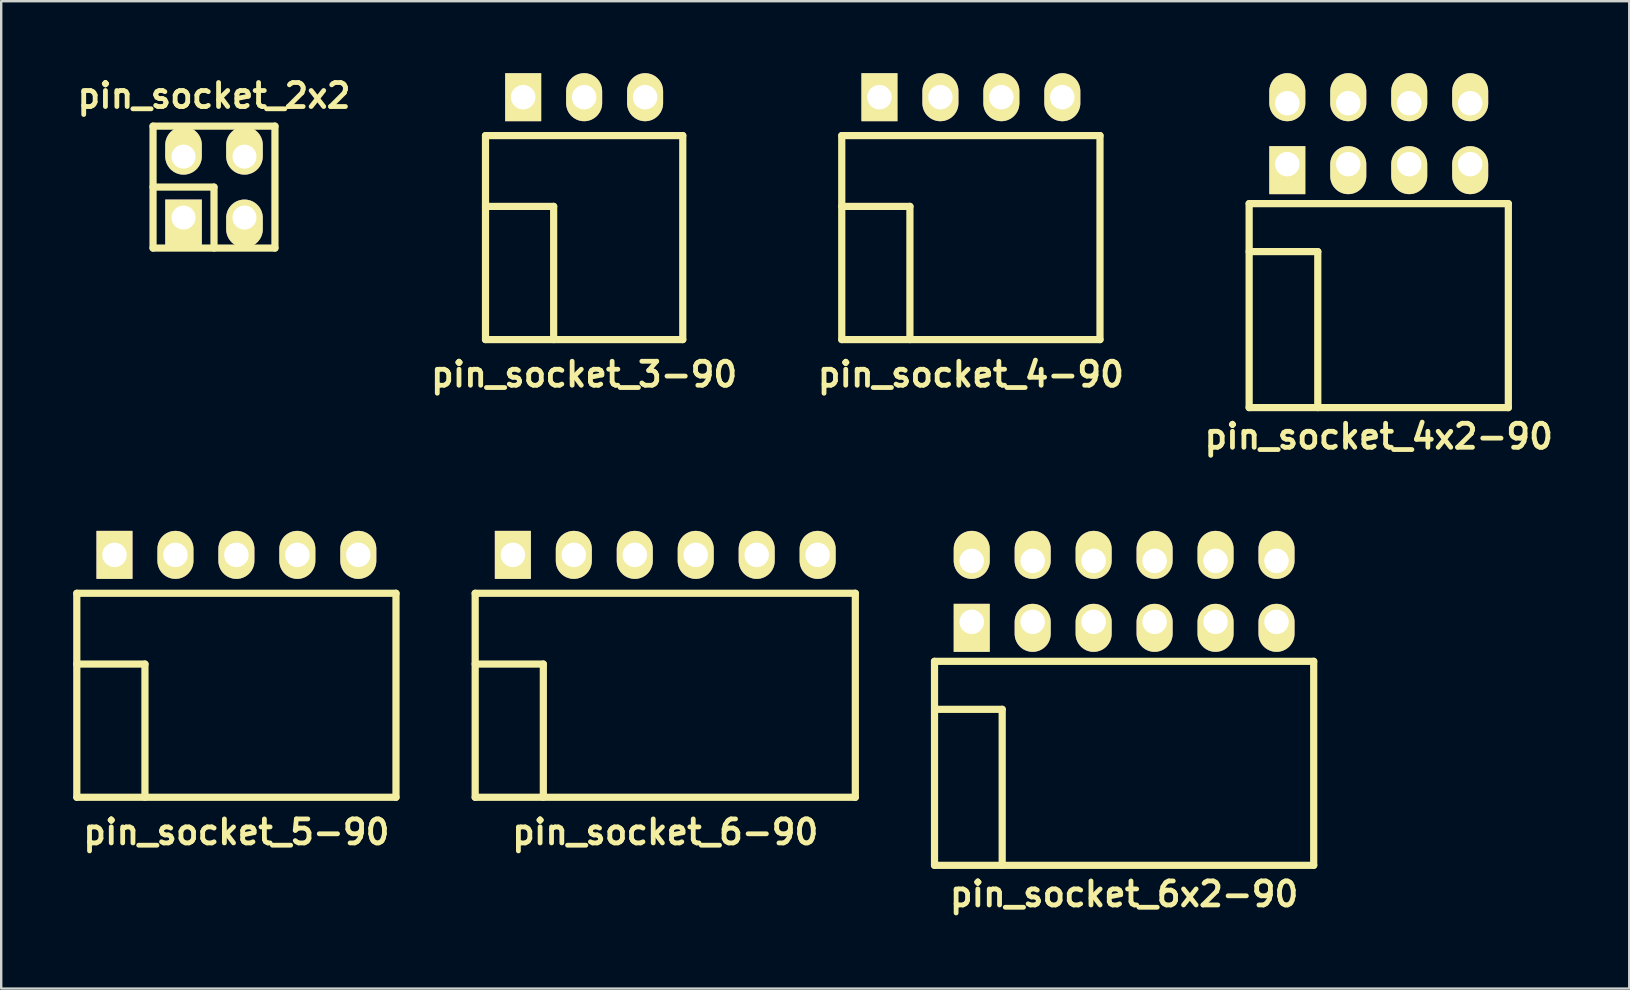
<source format=kicad_pcb>
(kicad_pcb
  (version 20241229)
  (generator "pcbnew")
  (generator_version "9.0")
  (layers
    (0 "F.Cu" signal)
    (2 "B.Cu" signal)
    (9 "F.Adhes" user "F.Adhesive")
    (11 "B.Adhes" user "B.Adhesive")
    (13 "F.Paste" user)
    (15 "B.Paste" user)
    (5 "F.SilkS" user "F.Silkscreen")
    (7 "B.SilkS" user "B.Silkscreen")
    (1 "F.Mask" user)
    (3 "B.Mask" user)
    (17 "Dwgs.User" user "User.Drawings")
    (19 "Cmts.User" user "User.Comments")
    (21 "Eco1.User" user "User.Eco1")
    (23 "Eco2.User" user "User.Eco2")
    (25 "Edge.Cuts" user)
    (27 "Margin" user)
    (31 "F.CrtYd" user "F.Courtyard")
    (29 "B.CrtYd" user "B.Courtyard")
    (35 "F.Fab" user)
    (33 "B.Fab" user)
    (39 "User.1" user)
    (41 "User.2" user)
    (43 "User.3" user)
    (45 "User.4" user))
  (footprint "pin_socket_5-90"
    (layer "F.Cu")
    (at 6.8 24.621)
    (property "Reference" "pin_socket_5-90" (at 0 7 0) (layer "F.SilkS") (effects (font (size 1 1) (thickness 0.2))))
    (attr through_hole)
    (fp_line (start -6.65 -2.95) (end -6.65 5.55) (stroke (width 0.3) (type solid)) (layer "F.SilkS"))
    (fp_line (start -6.65 -2.95) (end 6.65 -2.95) (stroke (width 0.3) (type solid)) (layer "F.SilkS"))
    (fp_line (start -6.65 0) (end -3.81 0) (stroke (width 0.3) (type solid)) (layer "F.SilkS"))
    (fp_line (start -6.65 5.55) (end 6.65 5.55) (stroke (width 0.3) (type solid)) (layer "F.SilkS"))
    (fp_line (start -3.81 0) (end -3.81 5.55) (stroke (width 0.3) (type solid)) (layer "F.SilkS"))
    (fp_line (start 6.65 -2.95) (end 6.65 5.55) (stroke (width 0.3) (type solid)) (layer "F.SilkS"))
    (pad "1" thru_hole rect (at -5.08 -4.55) (size 1.5 2) (drill 1.02) (layers "*.Cu" "*.Mask" "F.SilkS"))
    (pad "2" thru_hole oval (at -2.54 -4.55) (size 1.5 2) (drill 1.02) (layers "*.Cu" "*.Mask" "F.SilkS"))
    (pad "3" thru_hole oval (at 0 -4.55) (size 1.5 2) (drill 1.02) (layers "*.Cu" "*.Mask" "F.SilkS"))
    (pad "4" thru_hole oval (at 2.54 -4.55) (size 1.5 2) (drill 1.02) (layers "*.Cu" "*.Mask" "F.SilkS"))
    (pad "5" thru_hole oval (at 5.08 -4.55) (size 1.5 2) (drill 1.02) (layers "*.Cu" "*.Mask" "F.SilkS")))
  (footprint "pin_socket_2x2"
    (layer "F.Cu")
    (at 5.867 4.746)
    (property "Reference" "pin_socket_2x2" (at 0 -3.81 0) (layer "F.SilkS") (effects (font (size 1 1) (thickness 0.2))))
    (attr through_hole)
    (fp_line (start -2.54 -2.54) (end -2.54 2.54) (stroke (width 0.3) (type solid)) (layer "F.SilkS"))
    (fp_line (start -2.54 -2.54) (end 2.54 -2.54) (stroke (width 0.3) (type solid)) (layer "F.SilkS"))
    (fp_line (start -2.54 0) (end 0 0) (stroke (width 0.3) (type solid)) (layer "F.SilkS"))
    (fp_line (start 0 0) (end 0 2.54) (stroke (width 0.3) (type solid)) (layer "F.SilkS"))
    (fp_line (start 2.54 -2.54) (end 2.54 2.54) (stroke (width 0.3) (type solid)) (layer "F.SilkS"))
    (fp_line (start 2.54 2.54) (end -2.54 2.54) (stroke (width 0.3) (type solid)) (layer "F.SilkS"))
    (pad "1" thru_hole rect (at -1.27 1.27) (size 1.524 1.999) (drill 1.001 (offset 0 0.249)) (layers "*.Cu" "*.Mask" "F.SilkS"))
    (pad "2" thru_hole oval (at -1.27 -1.27) (size 1.524 1.999) (drill 1.001 (offset 0 -0.249)) (layers "*.Cu" "*.Mask" "F.SilkS"))
    (pad "3" thru_hole oval (at 1.27 1.27) (size 1.524 1.999) (drill 1.001 (offset 0 0.249)) (layers "*.Cu" "*.Mask" "F.SilkS"))
    (pad "4" thru_hole oval (at 1.27 -1.27) (size 1.524 1.999) (drill 1.001 (offset 0 -0.249)) (layers "*.Cu" "*.Mask" "F.SilkS")))
  (footprint "pin_socket_6x2-90"
    (layer "F.Cu")
    (at 43.79 26.506)
    (property "Reference" "pin_socket_6x2-90" (at 0 7.7 0) (layer "F.SilkS") (effects (font (size 1 1) (thickness 0.2))))
    (attr through_hole)
    (fp_line (start -7.9 -2) (end -7.9 6.5) (stroke (width 0.3) (type solid)) (layer "F.SilkS"))
    (fp_line (start -7.9 -2) (end 7.9 -2) (stroke (width 0.3) (type solid)) (layer "F.SilkS"))
    (fp_line (start -7.9 0) (end -5.08 0) (stroke (width 0.3) (type solid)) (layer "F.SilkS"))
    (fp_line (start -7.9 6.5) (end 7.9 6.5) (stroke (width 0.3) (type solid)) (layer "F.SilkS"))
    (fp_line (start -5.08 0) (end -5.08 6.5) (stroke (width 0.3) (type solid)) (layer "F.SilkS"))
    (fp_line (start 7.9 -2) (end 7.9 6.5) (stroke (width 0.3) (type solid)) (layer "F.SilkS"))
    (pad "1" thru_hole rect (at -6.35 -3.645) (size 1.5 2) (drill 1.02 (offset 0 0.25)) (layers "*.Cu" "*.Mask" "F.SilkS"))
    (pad "2" thru_hole oval (at -6.35 -6.185) (size 1.5 2) (drill 1.02 (offset 0 -0.25)) (layers "*.Cu" "*.Mask" "F.SilkS"))
    (pad "3" thru_hole oval (at -3.81 -3.645) (size 1.5 2) (drill 1.02 (offset 0 0.25)) (layers "*.Cu" "*.Mask" "F.SilkS"))
    (pad "4" thru_hole oval (at -3.81 -6.185) (size 1.5 2) (drill 1.02 (offset 0 -0.25)) (layers "*.Cu" "*.Mask" "F.SilkS"))
    (pad "5" thru_hole oval (at -1.27 -3.645) (size 1.5 2) (drill 1.02 (offset 0 0.25)) (layers "*.Cu" "*.Mask" "F.SilkS"))
    (pad "6" thru_hole oval (at -1.27 -6.185) (size 1.5 2) (drill 1.02 (offset 0 -0.25)) (layers "*.Cu" "*.Mask" "F.SilkS"))
    (pad "7" thru_hole oval (at 1.27 -3.645) (size 1.5 2) (drill 1.02 (offset 0 0.25)) (layers "*.Cu" "*.Mask" "F.SilkS"))
    (pad "8" thru_hole oval (at 1.27 -6.185) (size 1.5 2) (drill 1.02 (offset 0 -0.25)) (layers "*.Cu" "*.Mask" "F.SilkS"))
    (pad "9" thru_hole oval (at 3.81 -3.645) (size 1.5 2) (drill 1.02 (offset 0 0.25)) (layers "*.Cu" "*.Mask" "F.SilkS"))
    (pad "10" thru_hole oval (at 3.81 -6.185) (size 1.5 2) (drill 1.02 (offset 0 -0.25)) (layers "*.Cu" "*.Mask" "F.SilkS"))
    (pad "11" thru_hole oval (at 6.35 -3.645) (size 1.5 2) (drill 1.02 (offset 0 0.25)) (layers "*.Cu" "*.Mask" "F.SilkS"))
    (pad "12" thru_hole oval (at 6.35 -6.185) (size 1.5 2) (drill 1.02 (offset 0 -0.25)) (layers "*.Cu" "*.Mask" "F.SilkS")))
  (footprint "pin_socket_4-90"
    (layer "F.Cu")
    (at 37.405 5.55)
    (property "Reference" "pin_socket_4-90" (at 0 7 0) (layer "F.SilkS") (effects (font (size 1 1) (thickness 0.2))))
    (attr through_hole)
    (fp_line (start -5.38 -2.95) (end -5.38 5.55) (stroke (width 0.3) (type solid)) (layer "F.SilkS"))
    (fp_line (start -5.38 -2.95) (end 5.38 -2.95) (stroke (width 0.3) (type solid)) (layer "F.SilkS"))
    (fp_line (start -5.38 0) (end -2.54 0) (stroke (width 0.3) (type solid)) (layer "F.SilkS"))
    (fp_line (start -5.38 5.55) (end 5.38 5.55) (stroke (width 0.3) (type solid)) (layer "F.SilkS"))
    (fp_line (start -2.54 0) (end -2.54 5.55) (stroke (width 0.3) (type solid)) (layer "F.SilkS"))
    (fp_line (start 5.38 -2.95) (end 5.38 5.55) (stroke (width 0.3) (type solid)) (layer "F.SilkS"))
    (pad "1" thru_hole rect (at -3.81 -4.55) (size 1.5 2) (drill 1.02) (layers "*.Cu" "*.Mask" "F.SilkS"))
    (pad "2" thru_hole oval (at -1.27 -4.55) (size 1.5 2) (drill 1.02) (layers "*.Cu" "*.Mask" "F.SilkS"))
    (pad "3" thru_hole oval (at 1.27 -4.55) (size 1.5 2) (drill 1.02) (layers "*.Cu" "*.Mask" "F.SilkS"))
    (pad "4" thru_hole oval (at 3.81 -4.55) (size 1.5 2) (drill 1.02) (layers "*.Cu" "*.Mask" "F.SilkS")))
  (footprint "pin_socket_3-90"
    (layer "F.Cu")
    (at 21.29 5.55)
    (property "Reference" "pin_socket_3-90" (at 0 7 0) (layer "F.SilkS") (effects (font (size 1 1) (thickness 0.2))))
    (attr through_hole)
    (fp_line (start -4.11 -2.95) (end -4.11 5.55) (stroke (width 0.3) (type solid)) (layer "F.SilkS"))
    (fp_line (start -4.11 -2.95) (end 4.11 -2.95) (stroke (width 0.3) (type solid)) (layer "F.SilkS"))
    (fp_line (start -4.11 0) (end -1.27 0) (stroke (width 0.3) (type solid)) (layer "F.SilkS"))
    (fp_line (start -4.11 5.55) (end 4.11 5.55) (stroke (width 0.3) (type solid)) (layer "F.SilkS"))
    (fp_line (start -1.27 0) (end -1.27 5.55) (stroke (width 0.3) (type solid)) (layer "F.SilkS"))
    (fp_line (start 4.11 -2.95) (end 4.11 5.55) (stroke (width 0.3) (type solid)) (layer "F.SilkS"))
    (pad "1" thru_hole rect (at -2.54 -4.55) (size 1.5 2) (drill 1.02) (layers "*.Cu" "*.Mask" "F.SilkS"))
    (pad "2" thru_hole oval (at 0 -4.55) (size 1.5 2) (drill 1.02) (layers "*.Cu" "*.Mask" "F.SilkS"))
    (pad "3" thru_hole oval (at 2.54 -4.55) (size 1.5 2) (drill 1.02) (layers "*.Cu" "*.Mask" "F.SilkS")))
  (footprint "pin_socket_4x2-90"
    (layer "F.Cu")
    (at 54.4 7.435)
    (property "Reference" "pin_socket_4x2-90" (at 0 7.7 0) (layer "F.SilkS") (effects (font (size 1 1) (thickness 0.2))))
    (attr through_hole)
    (fp_line (start -5.4 -2) (end -5.4 6.5) (stroke (width 0.3) (type solid)) (layer "F.SilkS"))
    (fp_line (start -5.4 -2) (end 5.4 -2) (stroke (width 0.3) (type solid)) (layer "F.SilkS"))
    (fp_line (start -5.4 0) (end -2.54 0) (stroke (width 0.3) (type solid)) (layer "F.SilkS"))
    (fp_line (start -5.4 6.5) (end 5.4 6.5) (stroke (width 0.3) (type solid)) (layer "F.SilkS"))
    (fp_line (start -2.54 0) (end -2.54 6.5) (stroke (width 0.3) (type solid)) (layer "F.SilkS"))
    (fp_line (start 5.4 -2) (end 5.4 6.5) (stroke (width 0.3) (type solid)) (layer "F.SilkS"))
    (pad "1" thru_hole rect (at -3.81 -3.645) (size 1.5 2) (drill 1.02 (offset 0 0.25)) (layers "*.Cu" "*.Mask" "F.SilkS"))
    (pad "2" thru_hole oval (at -3.81 -6.185) (size 1.5 2) (drill 1.02 (offset 0 -0.25)) (layers "*.Cu" "*.Mask" "F.SilkS"))
    (pad "3" thru_hole oval (at -1.27 -3.645) (size 1.5 2) (drill 1.02 (offset 0 0.25)) (layers "*.Cu" "*.Mask" "F.SilkS"))
    (pad "4" thru_hole oval (at -1.27 -6.185) (size 1.5 2) (drill 1.02 (offset 0 -0.25)) (layers "*.Cu" "*.Mask" "F.SilkS"))
    (pad "5" thru_hole oval (at 1.27 -3.645) (size 1.5 2) (drill 1.02 (offset 0 0.25)) (layers "*.Cu" "*.Mask" "F.SilkS"))
    (pad "6" thru_hole oval (at 1.27 -6.185) (size 1.5 2) (drill 1.02 (offset 0 -0.25)) (layers "*.Cu" "*.Mask" "F.SilkS"))
    (pad "7" thru_hole oval (at 3.81 -3.645) (size 1.5 2) (drill 1.02 (offset 0 0.25)) (layers "*.Cu" "*.Mask" "F.SilkS"))
    (pad "8" thru_hole oval (at 3.81 -6.185) (size 1.5 2) (drill 1.02 (offset 0 -0.25)) (layers "*.Cu" "*.Mask" "F.SilkS")))
  (footprint "pin_socket_6-90"
    (layer "F.Cu")
    (at 24.67 24.621)
    (property "Reference" "pin_socket_6-90" (at 0 7 0) (layer "F.SilkS") (effects (font (size 1 1) (thickness 0.2))))
    (attr through_hole)
    (fp_line (start -7.92 -2.95) (end -7.92 5.55) (stroke (width 0.3) (type solid)) (layer "F.SilkS"))
    (fp_line (start -7.92 -2.95) (end 7.92 -2.95) (stroke (width 0.3) (type solid)) (layer "F.SilkS"))
    (fp_line (start -7.92 0) (end -5.08 0) (stroke (width 0.3) (type solid)) (layer "F.SilkS"))
    (fp_line (start -7.92 5.55) (end 7.92 5.55) (stroke (width 0.3) (type solid)) (layer "F.SilkS"))
    (fp_line (start -5.08 0) (end -5.08 5.55) (stroke (width 0.3) (type solid)) (layer "F.SilkS"))
    (fp_line (start 7.92 -2.95) (end 7.92 5.55) (stroke (width 0.3) (type solid)) (layer "F.SilkS"))
    (pad "1" thru_hole rect (at -6.35 -4.55) (size 1.5 2) (drill 1.02) (layers "*.Cu" "*.Mask" "F.SilkS"))
    (pad "2" thru_hole oval (at -3.81 -4.55) (size 1.5 2) (drill 1.02) (layers "*.Cu" "*.Mask" "F.SilkS"))
    (pad "3" thru_hole oval (at -1.27 -4.55) (size 1.5 2) (drill 1.02) (layers "*.Cu" "*.Mask" "F.SilkS"))
    (pad "4" thru_hole oval (at 1.27 -4.55) (size 1.5 2) (drill 1.02) (layers "*.Cu" "*.Mask" "F.SilkS"))
    (pad "5" thru_hole oval (at 3.81 -4.55) (size 1.5 2) (drill 1.02) (layers "*.Cu" "*.Mask" "F.SilkS"))
    (pad "6" thru_hole oval (at 6.35 -4.55) (size 1.5 2) (drill 1.02) (layers "*.Cu" "*.Mask" "F.SilkS")))
  (gr_rect
    (start -3 -3)
    (end 64.838 38.142)
    (stroke (width 0.1) (type default))
    (fill no)
    (layer "Edge.Cuts")))
</source>
